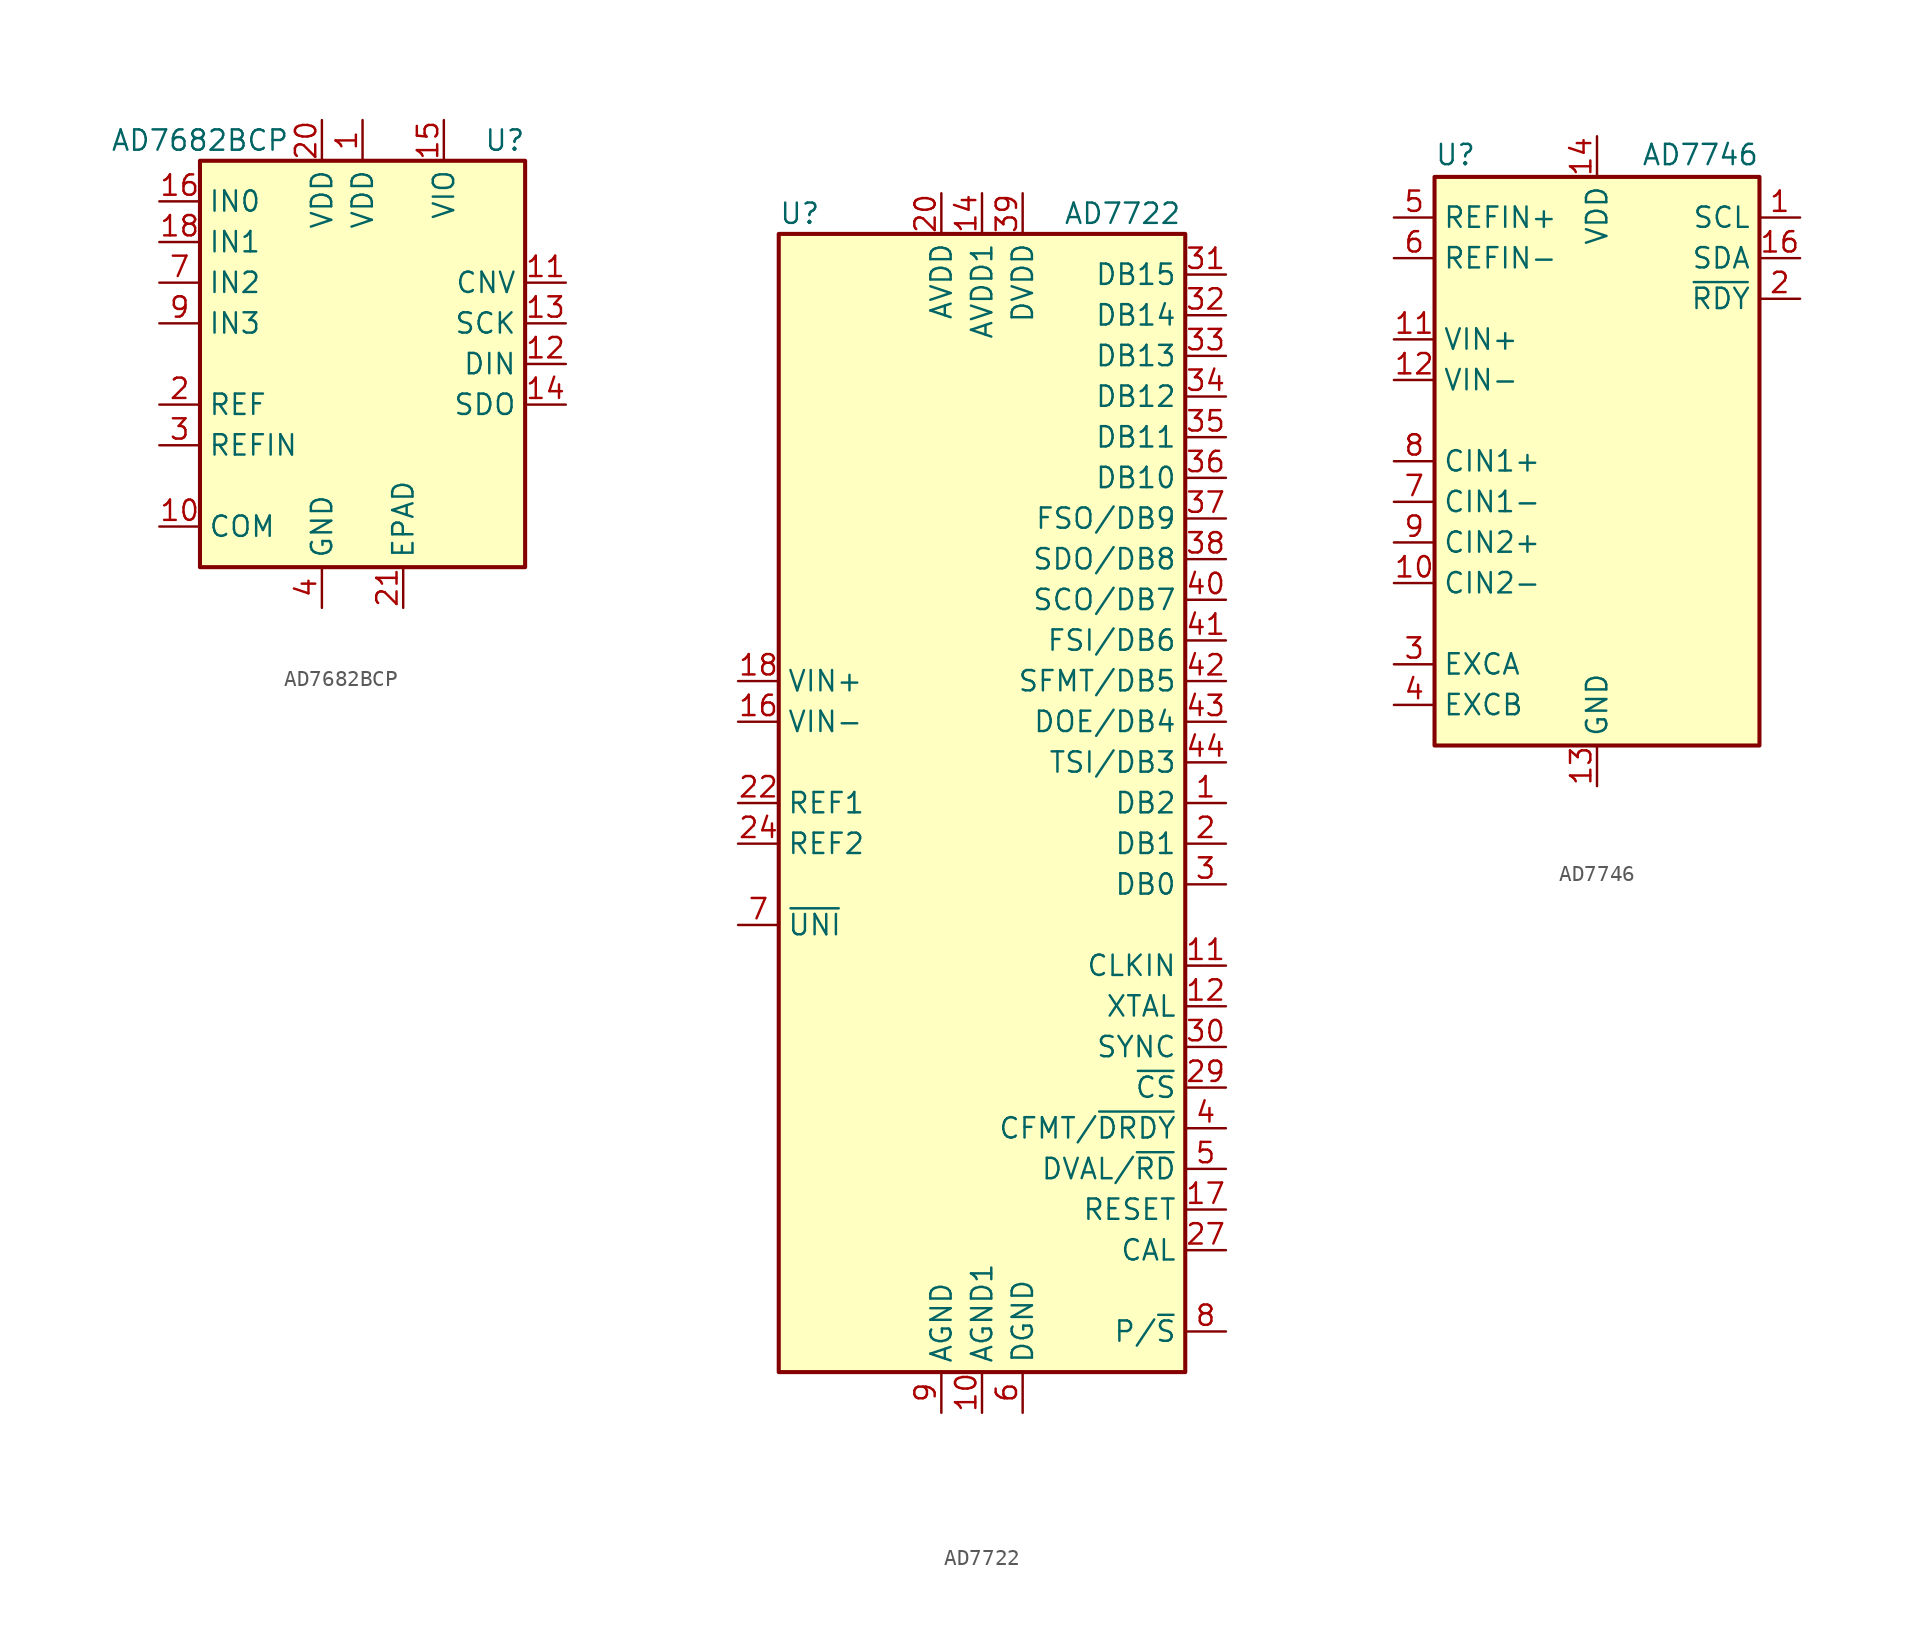
<source format=kicad_sym>
(kicad_symbol_lib
  (version 20201005)
  (generator kicad_symbol_editor)
  (symbol "Analog_ADC:AD7682BCP"
    (property "Reference" "U"
      (at 8.89 13.97 0)
      (effects (font (size 1.27 1.27))))
    (property "Value" "AD7682BCP"
      (at -10.16 13.97 0)
      (effects (font (size 1.27 1.27))))
    (symbol "AD7682BCP_0_1"
      (rectangle (start -10.16 12.7) (end 10.16 -12.7) (stroke (width 0.254)) (fill (type background))))
    (symbol "AD7682BCP_1_1"
      (pin power_in line (at 0 15.24 270) (length 2.54) (name "VDD" (effects (font (size 1.27 1.27)))) (number "1" (effects (font (size 1.27 1.27)))))
      (pin input line (at -12.7 -10.16 0) (length 2.54) (name "COM" (effects (font (size 1.27 1.27)))) (number "10" (effects (font (size 1.27 1.27)))))
      (pin input line (at 12.7 5.08 180) (length 2.54) (name "CNV" (effects (font (size 1.27 1.27)))) (number "11" (effects (font (size 1.27 1.27)))))
      (pin input line (at 12.7 0 180) (length 2.54) (name "DIN" (effects (font (size 1.27 1.27)))) (number "12" (effects (font (size 1.27 1.27)))))
      (pin input line (at 12.7 2.54 180) (length 2.54) (name "SCK" (effects (font (size 1.27 1.27)))) (number "13" (effects (font (size 1.27 1.27)))))
      (pin output line (at 12.7 -2.54 180) (length 2.54) (name "SDO" (effects (font (size 1.27 1.27)))) (number "14" (effects (font (size 1.27 1.27)))))
      (pin power_in line (at 5.08 15.24 270) (length 2.54) (name "VIO" (effects (font (size 1.27 1.27)))) (number "15" (effects (font (size 1.27 1.27)))))
      (pin input line (at -12.7 10.16 0) (length 2.54) (name "IN0" (effects (font (size 1.27 1.27)))) (number "16" (effects (font (size 1.27 1.27)))))
      (pin no_connect line (at 10.16 -7.62 180) (length 2.54) hide (name "NC" (effects (font (size 1.27 1.27)))) (number "17" (effects (font (size 1.27 1.27)))))
      (pin input line (at -12.7 7.62 0) (length 2.54) (name "IN1" (effects (font (size 1.27 1.27)))) (number "18" (effects (font (size 1.27 1.27)))))
      (pin no_connect line (at 10.16 -5.08 180) (length 2.54) hide (name "NC" (effects (font (size 1.27 1.27)))) (number "19" (effects (font (size 1.27 1.27)))))
      (pin passive line (at -12.7 -2.54 0) (length 2.54) (name "REF" (effects (font (size 1.27 1.27)))) (number "2" (effects (font (size 1.27 1.27)))))
      (pin power_in line (at -2.54 15.24 270) (length 2.54) (name "VDD" (effects (font (size 1.27 1.27)))) (number "20" (effects (font (size 1.27 1.27)))))
      (pin passive line (at 2.54 -15.24 90) (length 2.54) (name "EPAD" (effects (font (size 1.27 1.27)))) (number "21" (effects (font (size 1.27 1.27)))))
      (pin passive line (at -12.7 -5.08 0) (length 2.54) (name "REFIN" (effects (font (size 1.27 1.27)))) (number "3" (effects (font (size 1.27 1.27)))))
      (pin power_in line (at -2.54 -15.24 90) (length 2.54) (name "GND" (effects (font (size 1.27 1.27)))) (number "4" (effects (font (size 1.27 1.27)))))
      (pin passive line (at -2.54 -15.24 90) (length 2.54) hide (name "GND" (effects (font (size 1.27 1.27)))) (number "5" (effects (font (size 1.27 1.27)))))
      (pin no_connect line (at 10.16 7.62 180) (length 2.54) hide (name "NC" (effects (font (size 1.27 1.27)))) (number "6" (effects (font (size 1.27 1.27)))))
      (pin input line (at -12.7 5.08 0) (length 2.54) (name "IN2" (effects (font (size 1.27 1.27)))) (number "7" (effects (font (size 1.27 1.27)))))
      (pin no_connect line (at 10.16 -10.16 180) (length 2.54) hide (name "NC" (effects (font (size 1.27 1.27)))) (number "8" (effects (font (size 1.27 1.27)))))
      (pin input line (at -12.7 2.54 0) (length 2.54) (name "IN3" (effects (font (size 1.27 1.27)))) (number "9" (effects (font (size 1.27 1.27)))))))
  (symbol "Analog_ADC:AD7722"
    (property "Reference" "U"
      (at -12.7 36.83 0)
      (effects (font (size 1.27 1.27)) (justify left)))
    (property "Value" "AD7722"
      (at 5.08 36.83 0)
      (effects (font (size 1.27 1.27)) (justify left)))
    (symbol "AD7722_0_1"
      (rectangle (start -12.7 35.56) (end 12.7 -35.56) (stroke (width 0.254)) (fill (type background))))
    (symbol "AD7722_1_1"
      (pin input line (at 15.24 0 180) (length 2.54) (name "DB2" (effects (font (size 1.27 1.27)))) (number "1" (effects (font (size 1.27 1.27)))))
      (pin power_in line (at 0 -38.1 90) (length 2.54) (name "AGND1" (effects (font (size 1.27 1.27)))) (number "10" (effects (font (size 1.27 1.27)))))
      (pin input line (at 15.24 -10.16 180) (length 2.54) (name "CLKIN" (effects (font (size 1.27 1.27)))) (number "11" (effects (font (size 1.27 1.27)))))
      (pin output line (at 15.24 -12.7 180) (length 2.54) (name "XTAL" (effects (font (size 1.27 1.27)))) (number "12" (effects (font (size 1.27 1.27)))))
      (pin passive line (at -2.54 -38.1 90) (length 2.54) hide (name "AGND" (effects (font (size 1.27 1.27)))) (number "13" (effects (font (size 1.27 1.27)))))
      (pin power_in line (at 0 38.1 270) (length 2.54) (name "AVDD1" (effects (font (size 1.27 1.27)))) (number "14" (effects (font (size 1.27 1.27)))))
      (pin passive line (at -2.54 -38.1 90) (length 2.54) hide (name "AGND" (effects (font (size 1.27 1.27)))) (number "15" (effects (font (size 1.27 1.27)))))
      (pin input line (at -15.24 5.08 0) (length 2.54) (name "VIN-" (effects (font (size 1.27 1.27)))) (number "16" (effects (font (size 1.27 1.27)))))
      (pin input line (at 15.24 -25.4 180) (length 2.54) (name "RESET" (effects (font (size 1.27 1.27)))) (number "17" (effects (font (size 1.27 1.27)))))
      (pin input line (at -15.24 7.62 0) (length 2.54) (name "VIN+" (effects (font (size 1.27 1.27)))) (number "18" (effects (font (size 1.27 1.27)))))
      (pin passive line (at -2.54 -38.1 90) (length 2.54) hide (name "AGND" (effects (font (size 1.27 1.27)))) (number "19" (effects (font (size 1.27 1.27)))))
      (pin input line (at 15.24 -2.54 180) (length 2.54) (name "DB1" (effects (font (size 1.27 1.27)))) (number "2" (effects (font (size 1.27 1.27)))))
      (pin power_in line (at -2.54 38.1 270) (length 2.54) (name "AVDD" (effects (font (size 1.27 1.27)))) (number "20" (effects (font (size 1.27 1.27)))))
      (pin passive line (at -2.54 -38.1 90) (length 2.54) hide (name "AGND" (effects (font (size 1.27 1.27)))) (number "21" (effects (font (size 1.27 1.27)))))
      (pin power_out line (at -15.24 0 0) (length 2.54) (name "REF1" (effects (font (size 1.27 1.27)))) (number "22" (effects (font (size 1.27 1.27)))))
      (pin passive line (at -2.54 38.1 270) (length 2.54) hide (name "AVDD" (effects (font (size 1.27 1.27)))) (number "23" (effects (font (size 1.27 1.27)))))
      (pin power_out line (at -15.24 -2.54 0) (length 2.54) (name "REF2" (effects (font (size 1.27 1.27)))) (number "24" (effects (font (size 1.27 1.27)))))
      (pin passive line (at -2.54 -38.1 90) (length 2.54) hide (name "AGND" (effects (font (size 1.27 1.27)))) (number "25" (effects (font (size 1.27 1.27)))))
      (pin passive line (at -2.54 -38.1 90) (length 2.54) hide (name "AGND" (effects (font (size 1.27 1.27)))) (number "26" (effects (font (size 1.27 1.27)))))
      (pin input line (at 15.24 -27.94 180) (length 2.54) (name "CAL" (effects (font (size 1.27 1.27)))) (number "27" (effects (font (size 1.27 1.27)))))
      (pin passive line (at 2.54 -38.1 90) (length 2.54) hide (name "DGND" (effects (font (size 1.27 1.27)))) (number "28" (effects (font (size 1.27 1.27)))))
      (pin input line (at 15.24 -17.78 180) (length 2.54) (name "~CS" (effects (font (size 1.27 1.27)))) (number "29" (effects (font (size 1.27 1.27)))))
      (pin input line (at 15.24 -5.08 180) (length 2.54) (name "DB0" (effects (font (size 1.27 1.27)))) (number "3" (effects (font (size 1.27 1.27)))))
      (pin input line (at 15.24 -15.24 180) (length 2.54) (name "SYNC" (effects (font (size 1.27 1.27)))) (number "30" (effects (font (size 1.27 1.27)))))
      (pin output line (at 15.24 33.02 180) (length 2.54) (name "DB15" (effects (font (size 1.27 1.27)))) (number "31" (effects (font (size 1.27 1.27)))))
      (pin output line (at 15.24 30.48 180) (length 2.54) (name "DB14" (effects (font (size 1.27 1.27)))) (number "32" (effects (font (size 1.27 1.27)))))
      (pin output line (at 15.24 27.94 180) (length 2.54) (name "DB13" (effects (font (size 1.27 1.27)))) (number "33" (effects (font (size 1.27 1.27)))))
      (pin output line (at 15.24 25.4 180) (length 2.54) (name "DB12" (effects (font (size 1.27 1.27)))) (number "34" (effects (font (size 1.27 1.27)))))
      (pin output line (at 15.24 22.86 180) (length 2.54) (name "DB11" (effects (font (size 1.27 1.27)))) (number "35" (effects (font (size 1.27 1.27)))))
      (pin output line (at 15.24 20.32 180) (length 2.54) (name "DB10" (effects (font (size 1.27 1.27)))) (number "36" (effects (font (size 1.27 1.27)))))
      (pin output line (at 15.24 17.78 180) (length 2.54) (name "FSO/DB9" (effects (font (size 1.27 1.27)))) (number "37" (effects (font (size 1.27 1.27)))))
      (pin output line (at 15.24 15.24 180) (length 2.54) (name "SDO/DB8" (effects (font (size 1.27 1.27)))) (number "38" (effects (font (size 1.27 1.27)))))
      (pin power_in line (at 2.54 38.1 270) (length 2.54) (name "DVDD" (effects (font (size 1.27 1.27)))) (number "39" (effects (font (size 1.27 1.27)))))
      (pin input line (at 15.24 -20.32 180) (length 2.54) (name "CFMT/~DRDY" (effects (font (size 1.27 1.27)))) (number "4" (effects (font (size 1.27 1.27)))))
      (pin input line (at 15.24 12.7 180) (length 2.54) (name "SCO/DB7" (effects (font (size 1.27 1.27)))) (number "40" (effects (font (size 1.27 1.27)))))
      (pin input line (at 15.24 10.16 180) (length 2.54) (name "FSI/DB6" (effects (font (size 1.27 1.27)))) (number "41" (effects (font (size 1.27 1.27)))))
      (pin input line (at 15.24 7.62 180) (length 2.54) (name "SFMT/DB5" (effects (font (size 1.27 1.27)))) (number "42" (effects (font (size 1.27 1.27)))))
      (pin input line (at 15.24 5.08 180) (length 2.54) (name "DOE/DB4" (effects (font (size 1.27 1.27)))) (number "43" (effects (font (size 1.27 1.27)))))
      (pin input line (at 15.24 2.54 180) (length 2.54) (name "TSI/DB3" (effects (font (size 1.27 1.27)))) (number "44" (effects (font (size 1.27 1.27)))))
      (pin input line (at 15.24 -22.86 180) (length 2.54) (name "DVAL/~RD" (effects (font (size 1.27 1.27)))) (number "5" (effects (font (size 1.27 1.27)))))
      (pin power_in line (at 2.54 -38.1 90) (length 2.54) (name "DGND" (effects (font (size 1.27 1.27)))) (number "6" (effects (font (size 1.27 1.27)))))
      (pin input line (at -15.24 -7.62 0) (length 2.54) (name "~UNI" (effects (font (size 1.27 1.27)))) (number "7" (effects (font (size 1.27 1.27)))))
      (pin input line (at 15.24 -33.02 180) (length 2.54) (name "P/~S" (effects (font (size 1.27 1.27)))) (number "8" (effects (font (size 1.27 1.27)))))
      (pin power_in line (at -2.54 -38.1 90) (length 2.54) (name "AGND" (effects (font (size 1.27 1.27)))) (number "9" (effects (font (size 1.27 1.27)))))))
  (symbol "Analog_ADC:AD7746"
    (property "Reference" "U"
      (at -10.16 18.415 0)
      (effects (font (size 1.27 1.27)) (justify left bottom)))
    (property "Value" "AD7746"
      (at 10.16 18.415 0)
      (effects (font (size 1.27 1.27)) (justify right bottom)))
    (symbol "AD7746_0_1"
      (rectangle (start -10.16 -17.78) (end 10.16 17.78) (stroke (width 0.254)) (fill (type background))))
    (symbol "AD7746_1_1"
      (pin input line (at 12.7 15.24 180) (length 2.54) (name "SCL" (effects (font (size 1.27 1.27)))) (number "1" (effects (font (size 1.27 1.27)))))
      (pin passive line (at -12.7 -7.62 0) (length 2.54) (name "CIN2-" (effects (font (size 1.27 1.27)))) (number "10" (effects (font (size 1.27 1.27)))))
      (pin input line (at -12.7 7.62 0) (length 2.54) (name "VIN+" (effects (font (size 1.27 1.27)))) (number "11" (effects (font (size 1.27 1.27)))))
      (pin input line (at -12.7 5.08 0) (length 2.54) (name "VIN-" (effects (font (size 1.27 1.27)))) (number "12" (effects (font (size 1.27 1.27)))))
      (pin power_in line (at 0 -20.32 90) (length 2.54) (name "GND" (effects (font (size 1.27 1.27)))) (number "13" (effects (font (size 1.27 1.27)))))
      (pin power_in line (at 0 20.32 270) (length 2.54) (name "VDD" (effects (font (size 1.27 1.27)))) (number "14" (effects (font (size 1.27 1.27)))))
      (pin no_connect line (at 10.16 -15.24 180) (length 2.54) hide (name "NC" (effects (font (size 1.27 1.27)))) (number "15" (effects (font (size 1.27 1.27)))))
      (pin bidirectional line (at 12.7 12.7 180) (length 2.54) (name "SDA" (effects (font (size 1.27 1.27)))) (number "16" (effects (font (size 1.27 1.27)))))
      (pin output line (at 12.7 10.16 180) (length 2.54) (name "~RDY" (effects (font (size 1.27 1.27)))) (number "2" (effects (font (size 1.27 1.27)))))
      (pin output line (at -12.7 -12.7 0) (length 2.54) (name "EXCA" (effects (font (size 1.27 1.27)))) (number "3" (effects (font (size 1.27 1.27)))))
      (pin output line (at -12.7 -15.24 0) (length 2.54) (name "EXCB" (effects (font (size 1.27 1.27)))) (number "4" (effects (font (size 1.27 1.27)))))
      (pin input line (at -12.7 15.24 0) (length 2.54) (name "REFIN+" (effects (font (size 1.27 1.27)))) (number "5" (effects (font (size 1.27 1.27)))))
      (pin input line (at -12.7 12.7 0) (length 2.54) (name "REFIN-" (effects (font (size 1.27 1.27)))) (number "6" (effects (font (size 1.27 1.27)))))
      (pin passive line (at -12.7 -2.54 0) (length 2.54) (name "CIN1-" (effects (font (size 1.27 1.27)))) (number "7" (effects (font (size 1.27 1.27)))))
      (pin passive line (at -12.7 0 0) (length 2.54) (name "CIN1+" (effects (font (size 1.27 1.27)))) (number "8" (effects (font (size 1.27 1.27)))))
      (pin passive line (at -12.7 -5.08 0) (length 2.54) (name "CIN2+" (effects (font (size 1.27 1.27)))) (number "9" (effects (font (size 1.27 1.27))))))))
</source>
